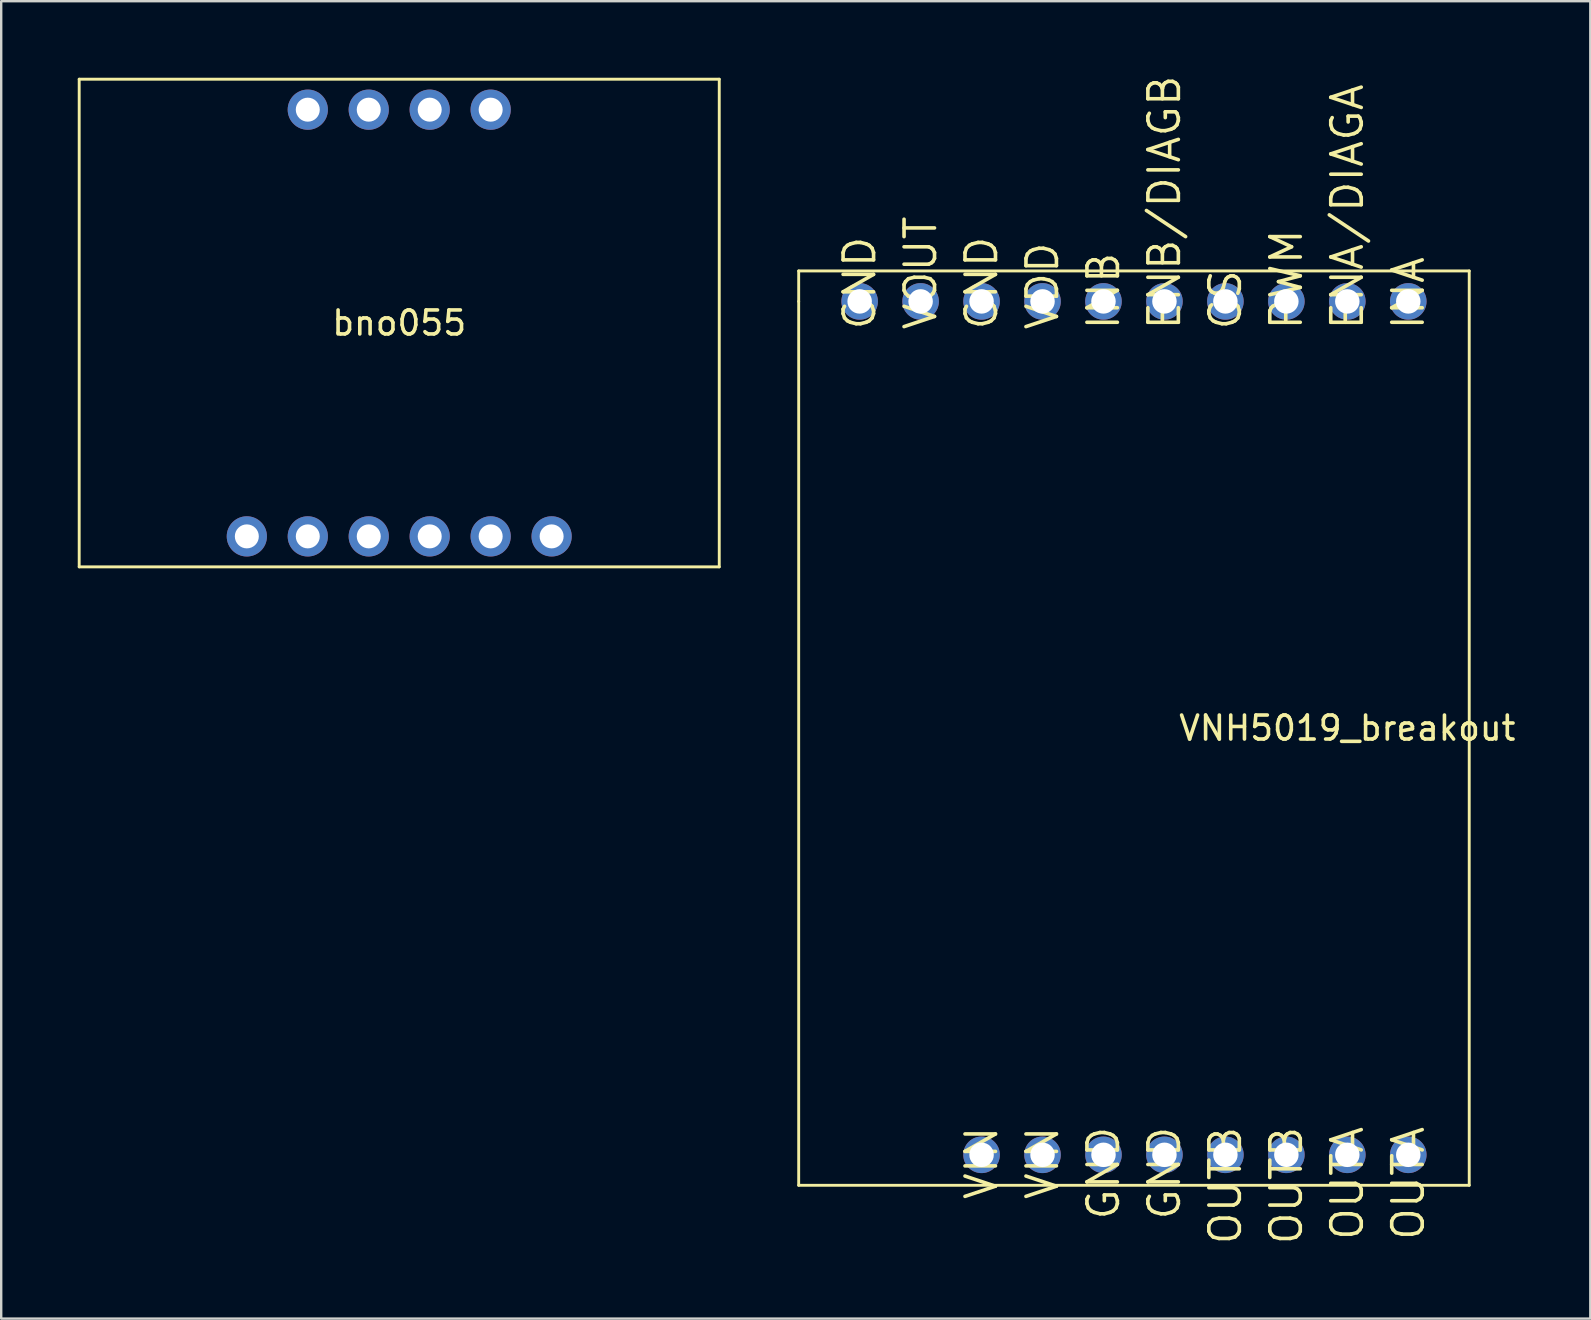
<source format=kicad_pcb>
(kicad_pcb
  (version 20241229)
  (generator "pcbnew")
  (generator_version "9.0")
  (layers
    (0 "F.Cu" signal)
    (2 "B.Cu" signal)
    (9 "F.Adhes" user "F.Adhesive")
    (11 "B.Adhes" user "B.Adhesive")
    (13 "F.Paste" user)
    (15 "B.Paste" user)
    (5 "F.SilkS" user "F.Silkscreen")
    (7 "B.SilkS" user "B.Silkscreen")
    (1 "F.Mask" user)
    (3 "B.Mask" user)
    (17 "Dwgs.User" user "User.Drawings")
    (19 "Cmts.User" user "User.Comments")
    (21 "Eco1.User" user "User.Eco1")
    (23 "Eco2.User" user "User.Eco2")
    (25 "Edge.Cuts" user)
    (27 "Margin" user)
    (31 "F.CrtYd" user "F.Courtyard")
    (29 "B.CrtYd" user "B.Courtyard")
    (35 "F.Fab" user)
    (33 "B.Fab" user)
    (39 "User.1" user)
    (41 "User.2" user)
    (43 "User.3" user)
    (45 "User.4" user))
  (footprint "VNH5019_breakout"
    (layer "F.Cu")
    (at 30.23 8.239)
    (property "Reference" "VNH5019_breakout" (at 22.86 19.05 0) (layer "F.SilkS") (effects (font (size 1 1) (thickness 0.15))))
    (attr through_hole)
    (fp_line (start 0 0) (end 0 1.27) (stroke (width 0.12) (type solid)) (layer "F.SilkS"))
    (fp_line (start 0 0) (end 27.94 0) (stroke (width 0.12) (type solid)) (layer "F.SilkS"))
    (fp_line (start 0 38.1) (end 0 1.27) (stroke (width 0.12) (type solid)) (layer "F.SilkS"))
    (fp_line (start 27.94 0) (end 27.94 38.1) (stroke (width 0.12) (type solid)) (layer "F.SilkS"))
    (fp_line (start 27.94 38.1) (end 0 38.1) (stroke (width 0.12) (type solid)) (layer "F.SilkS"))
    (fp_text user "ENB/DIAGB" (at 15.24 2.54 270) (layer "F.SilkS") (effects (font (size 1.27 1.27) (thickness 0.15)) (justify left)))
    (fp_text user "ENA/DIAGA" (at 22.86 2.54 270) (layer "F.SilkS") (effects (font (size 1.27 1.27) (thickness 0.15)) (justify left)))
    (fp_text user "VOUT" (at 5.08 2.54 270) (layer "F.SilkS") (effects (font (size 1.27 1.27) (thickness 0.15)) (justify left)))
    (fp_text user "INB" (at 12.7 2.54 270) (layer "F.SilkS") (effects (font (size 1.27 1.27) (thickness 0.15)) (justify left)))
    (fp_text user "OUTA" (at 25.4 35.56 270) (layer "F.SilkS") (effects (font (size 1.27 1.27) (thickness 0.15)) (justify right)))
    (fp_text user "INA" (at 25.4 2.54 270) (layer "F.SilkS") (effects (font (size 1.27 1.27) (thickness 0.15)) (justify left)))
    (fp_text user "GND" (at 2.54 2.54 270) (layer "F.SilkS") (effects (font (size 1.27 1.27) (thickness 0.15)) (justify left)))
    (fp_text user "CS" (at 17.78 2.54 270) (layer "F.SilkS") (effects (font (size 1.27 1.27) (thickness 0.15)) (justify left)))
    (fp_text user "VIN" (at 10.16 35.56 270) (layer "F.SilkS") (effects (font (size 1.27 1.27) (thickness 0.15)) (justify right)))
    (fp_text user "GND" (at 7.62 2.54 270) (layer "F.SilkS") (effects (font (size 1.27 1.27) (thickness 0.15)) (justify left)))
    (fp_text user "GND" (at 12.7 35.56 270) (layer "F.SilkS") (effects (font (size 1.27 1.27) (thickness 0.15)) (justify right)))
    (fp_text user "VIN" (at 7.62 35.56 270) (layer "F.SilkS") (effects (font (size 1.27 1.27) (thickness 0.15)) (justify right)))
    (fp_text user "OUTB" (at 17.78 35.56 270) (layer "F.SilkS") (effects (font (size 1.27 1.27) (thickness 0.15)) (justify right)))
    (fp_text user "PWM" (at 20.32 2.54 270) (layer "F.SilkS") (effects (font (size 1.27 1.27) (thickness 0.15)) (justify left)))
    (fp_text user "OUTB" (at 20.32 35.56 270) (layer "F.SilkS") (effects (font (size 1.27 1.27) (thickness 0.15)) (justify right)))
    (fp_text user "GND" (at 15.24 35.56 270) (layer "F.SilkS") (effects (font (size 1.27 1.27) (thickness 0.15)) (justify right)))
    (fp_text user "VDD" (at 10.16 2.54 270) (layer "F.SilkS") (effects (font (size 1.27 1.27) (thickness 0.15)) (justify left)))
    (fp_text user "OUTA" (at 22.86 35.56 270) (layer "F.SilkS") (effects (font (size 1.27 1.27) (thickness 0.15)) (justify right)))
    (pad "1" thru_hole circle (at 25.4 1.27) (size 1.524 1.524) (drill 1.02) (layers "*.Cu" "*.Mask"))
    (pad "2" thru_hole circle (at 22.86 1.27) (size 1.524 1.524) (drill 1.02) (layers "*.Cu" "*.Mask"))
    (pad "3" thru_hole circle (at 20.32 1.27) (size 1.524 1.524) (drill 1.02) (layers "*.Cu" "*.Mask"))
    (pad "4" thru_hole circle (at 17.78 1.27) (size 1.524 1.524) (drill 1.02) (layers "*.Cu" "*.Mask"))
    (pad "5" thru_hole circle (at 15.24 1.27) (size 1.524 1.524) (drill 1.02) (layers "*.Cu" "*.Mask"))
    (pad "6" thru_hole circle (at 12.7 1.27) (size 1.524 1.524) (drill 1.02) (layers "*.Cu" "*.Mask"))
    (pad "7" thru_hole circle (at 10.16 1.27) (size 1.524 1.524) (drill 1.02) (layers "*.Cu" "*.Mask" "B.Adhes"))
    (pad "8" thru_hole circle (at 7.62 1.27) (size 1.524 1.524) (drill 1.02) (layers "*.Cu" "*.Mask"))
    (pad "9" thru_hole circle (at 5.08 1.27) (size 1.524 1.524) (drill 1.02) (layers "*.Cu" "*.Mask"))
    (pad "10" thru_hole circle (at 2.54 1.27) (size 1.524 1.524) (drill 1.02) (layers "*.Cu" "*.Mask"))
    (pad "11" thru_hole circle (at 22.86 36.83) (size 1.524 1.524) (drill 1.02) (layers "*.Cu" "*.Mask"))
    (pad "11" thru_hole circle (at 25.4 36.83) (size 1.524 1.524) (drill 1.02) (layers "*.Cu" "*.Mask"))
    (pad "12" thru_hole circle (at 17.78 36.83) (size 1.524 1.524) (drill 1.02) (layers "*.Cu" "*.Mask"))
    (pad "12" thru_hole circle (at 20.32 36.83) (size 1.524 1.524) (drill 1.02) (layers "*.Cu" "*.Mask"))
    (pad "13" thru_hole circle (at 12.7 36.83) (size 1.524 1.524) (drill 1.02) (layers "*.Cu" "*.Mask"))
    (pad "13" thru_hole circle (at 15.24 36.83) (size 1.524 1.524) (drill 1.02) (layers "*.Cu" "*.Mask"))
    (pad "14" thru_hole circle (at 7.62 36.83) (size 1.524 1.524) (drill 1.02) (layers "*.Cu" "*.Mask"))
    (pad "14" thru_hole circle (at 10.16 36.83) (size 1.524 1.524) (drill 1.02) (layers "*.Cu" "*.Mask")))
  (footprint "bno055"
    (layer "F.Cu")
    (at 0.25 0.25)
    (property "Reference" "bno055" (at 13.335 10.16 0) (layer "F.SilkS") (effects (font (size 1 1) (thickness 0.15))))
    (attr through_hole)
    (fp_line (start 0 0) (end 0 20.32) (stroke (width 0.12) (type solid)) (layer "F.SilkS"))
    (fp_line (start 0 20.32) (end 26.67 20.32) (stroke (width 0.12) (type solid)) (layer "F.SilkS"))
    (fp_line (start 26.67 0) (end 0 0) (stroke (width 0.12) (type solid)) (layer "F.SilkS"))
    (fp_line (start 26.67 20.32) (end 26.67 0) (stroke (width 0.12) (type solid)) (layer "F.SilkS"))
    (pad "1" thru_hole circle (at 6.985 19.05) (size 1.676 1.676) (drill 1) (layers "*.Cu" "*.Mask"))
    (pad "2" thru_hole circle (at 9.525 19.05) (size 1.676 1.676) (drill 1) (layers "*.Cu" "*.Mask"))
    (pad "3" thru_hole circle (at 12.065 19.05) (size 1.676 1.676) (drill 1) (layers "*.Cu" "*.Mask"))
    (pad "4" thru_hole circle (at 14.605 19.05) (size 1.676 1.676) (drill 1) (layers "*.Cu" "*.Mask" "Eco2.User"))
    (pad "5" thru_hole circle (at 17.145 19.05) (size 1.676 1.676) (drill 1) (layers "*.Cu" "*.Mask"))
    (pad "6" thru_hole circle (at 19.685 19.05) (size 1.676 1.676) (drill 1) (layers "*.Cu" "*.Mask"))
    (pad "7" thru_hole circle (at 17.145 1.27) (size 1.676 1.676) (drill 1) (layers "*.Cu" "*.Mask"))
    (pad "8" thru_hole circle (at 14.605 1.27) (size 1.676 1.676) (drill 1) (layers "*.Cu" "*.Mask"))
    (pad "9" thru_hole circle (at 12.065 1.27) (size 1.676 1.676) (drill 1) (layers "*.Cu" "*.Mask"))
    (pad "10" thru_hole circle (at 9.525 1.27) (size 1.676 1.676) (drill 1) (layers "*.Cu" "*.Mask")))
  (gr_rect
    (start -3 -3)
    (end 63.215 51.894)
    (stroke (width 0.1) (type default))
    (fill no)
    (layer "Edge.Cuts")))
</source>
